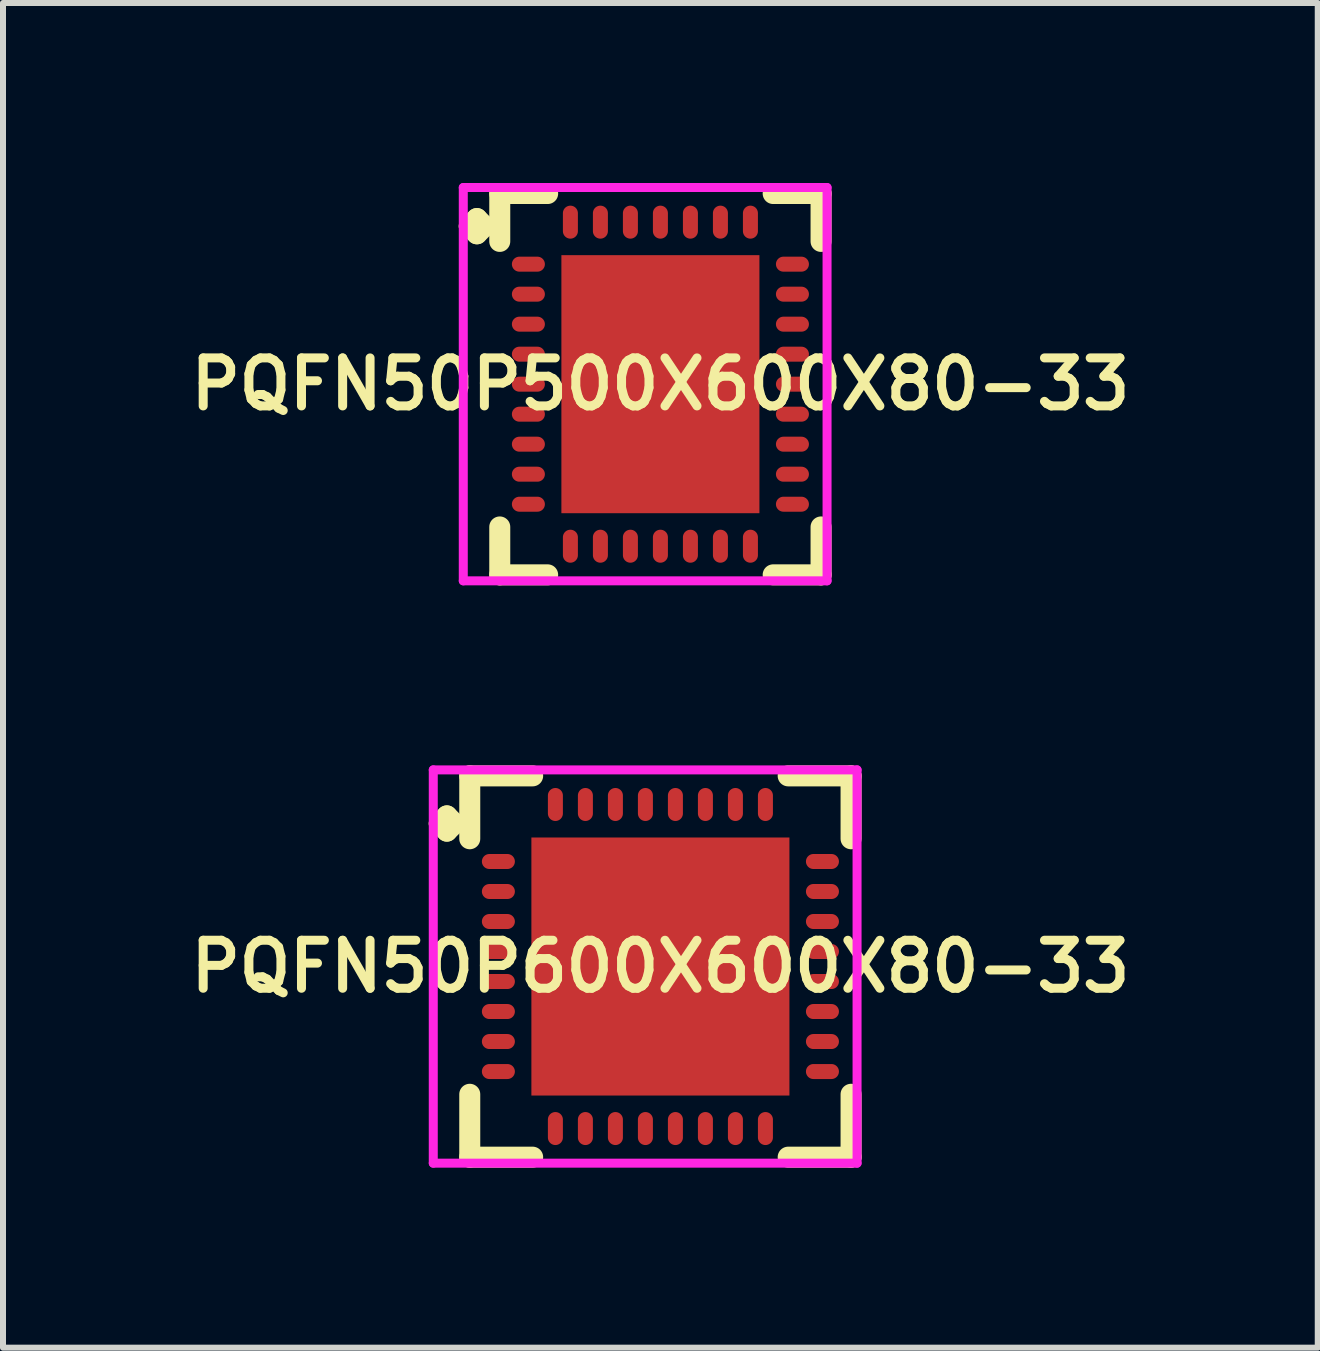
<source format=kicad_pcb>
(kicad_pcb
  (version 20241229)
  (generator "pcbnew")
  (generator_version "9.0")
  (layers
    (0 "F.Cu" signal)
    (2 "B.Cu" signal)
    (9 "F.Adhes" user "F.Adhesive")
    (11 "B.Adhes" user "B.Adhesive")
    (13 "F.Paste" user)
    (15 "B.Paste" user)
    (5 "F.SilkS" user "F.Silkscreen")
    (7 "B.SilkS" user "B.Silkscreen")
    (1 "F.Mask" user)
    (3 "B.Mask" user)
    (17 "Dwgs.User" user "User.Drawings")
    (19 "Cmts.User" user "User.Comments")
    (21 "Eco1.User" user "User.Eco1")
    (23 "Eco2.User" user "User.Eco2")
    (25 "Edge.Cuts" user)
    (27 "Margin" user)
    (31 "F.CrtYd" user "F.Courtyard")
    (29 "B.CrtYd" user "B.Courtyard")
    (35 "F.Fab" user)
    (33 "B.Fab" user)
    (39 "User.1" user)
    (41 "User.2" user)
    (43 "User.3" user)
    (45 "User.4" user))
  (footprint "PQFN50P600X600X80-33"
    (layer "F.Cu")
    (at 7.955 13.056)
    (property "Reference" "PQFN50P600X600X80-33" (at 0 0 0) (layer "F.SilkS") (effects (font (size 0.8 0.8) (thickness 0.15))))
    (attr smd)
    (fp_line (start -3.685 -2.383) (end -3.558 -2.51) (stroke (width 0.35) (type solid)) (layer "F.SilkS"))
    (fp_line (start -3.558 -2.51) (end -3.431 -2.383) (stroke (width 0.35) (type solid)) (layer "F.SilkS"))
    (fp_line (start -3.558 -2.256) (end -3.685 -2.383) (stroke (width 0.35) (type solid)) (layer "F.SilkS"))
    (fp_line (start -3.431 -2.383) (end -3.558 -2.256) (stroke (width 0.35) (type solid)) (layer "F.SilkS"))
    (fp_line (start -3.177 -3.177) (end -2.129 -3.177) (stroke (width 0.35) (type solid)) (layer "F.SilkS"))
    (fp_line (start -3.177 -2.129) (end -3.177 -3.177) (stroke (width 0.35) (type solid)) (layer "F.SilkS"))
    (fp_line (start -3.177 2.129) (end -3.177 3.177) (stroke (width 0.35) (type solid)) (layer "F.SilkS"))
    (fp_line (start -3.177 3.177) (end -2.129 3.177) (stroke (width 0.35) (type solid)) (layer "F.SilkS"))
    (fp_line (start 2.129 -3.177) (end 3.177 -3.177) (stroke (width 0.35) (type solid)) (layer "F.SilkS"))
    (fp_line (start 2.129 3.177) (end 3.177 3.177) (stroke (width 0.35) (type solid)) (layer "F.SilkS"))
    (fp_line (start 3.177 -3.177) (end 3.177 -2.129) (stroke (width 0.35) (type solid)) (layer "F.SilkS"))
    (fp_line (start 3.177 3.177) (end 3.177 2.129) (stroke (width 0.35) (type solid)) (layer "F.SilkS"))
    (fp_line (start -3.785 -3.277) (end 3.277 -3.277) (stroke (width 0.15) (type solid)) (layer "F.CrtYd"))
    (fp_line (start -3.785 3.277) (end -3.785 -3.277) (stroke (width 0.15) (type solid)) (layer "F.CrtYd"))
    (fp_line (start 3.277 -3.277) (end 3.277 3.277) (stroke (width 0.15) (type solid)) (layer "F.CrtYd"))
    (fp_line (start 3.277 3.277) (end -3.785 3.277) (stroke (width 0.15) (type solid)) (layer "F.CrtYd"))
    (pad "1" smd oval (at -2.7 -1.75) (size 0.55 0.25) (layers "F.Cu" "F.Mask" "F.Paste"))
    (pad "2" smd oval (at -2.7 -1.25) (size 0.55 0.25) (layers "F.Cu" "F.Mask" "F.Paste"))
    (pad "3" smd oval (at -2.7 -0.75) (size 0.55 0.25) (layers "F.Cu" "F.Mask" "F.Paste"))
    (pad "4" smd oval (at -2.7 -0.25) (size 0.55 0.25) (layers "F.Cu" "F.Mask" "F.Paste"))
    (pad "5" smd oval (at -2.7 0.25) (size 0.55 0.25) (layers "F.Cu" "F.Mask" "F.Paste"))
    (pad "6" smd oval (at -2.7 0.75) (size 0.55 0.25) (layers "F.Cu" "F.Mask" "F.Paste"))
    (pad "7" smd oval (at -2.7 1.25) (size 0.55 0.25) (layers "F.Cu" "F.Mask" "F.Paste"))
    (pad "8" smd oval (at -2.7 1.75) (size 0.55 0.25) (layers "F.Cu" "F.Mask" "F.Paste"))
    (pad "9" smd oval (at -1.75 2.7) (size 0.25 0.55) (layers "F.Cu" "F.Mask" "F.Paste"))
    (pad "10" smd oval (at -1.25 2.7) (size 0.25 0.55) (layers "F.Cu" "F.Mask" "F.Paste"))
    (pad "11" smd oval (at -0.75 2.7) (size 0.25 0.55) (layers "F.Cu" "F.Mask" "F.Paste"))
    (pad "12" smd oval (at -0.25 2.7) (size 0.25 0.55) (layers "F.Cu" "F.Mask" "F.Paste"))
    (pad "13" smd oval (at 0.25 2.7) (size 0.25 0.55) (layers "F.Cu" "F.Mask" "F.Paste"))
    (pad "14" smd oval (at 0.75 2.7) (size 0.25 0.55) (layers "F.Cu" "F.Mask" "F.Paste"))
    (pad "15" smd oval (at 1.25 2.7) (size 0.25 0.55) (layers "F.Cu" "F.Mask" "F.Paste"))
    (pad "16" smd oval (at 1.75 2.7) (size 0.25 0.55) (layers "F.Cu" "F.Mask" "F.Paste"))
    (pad "17" smd oval (at 2.7 1.75) (size 0.55 0.25) (layers "F.Cu" "F.Mask" "F.Paste"))
    (pad "18" smd oval (at 2.7 1.25) (size 0.55 0.25) (layers "F.Cu" "F.Mask" "F.Paste"))
    (pad "19" smd oval (at 2.7 0.75) (size 0.55 0.25) (layers "F.Cu" "F.Mask" "F.Paste"))
    (pad "20" smd oval (at 2.7 0.25) (size 0.55 0.25) (layers "F.Cu" "F.Mask" "F.Paste"))
    (pad "21" smd oval (at 2.7 -0.25) (size 0.55 0.25) (layers "F.Cu" "F.Mask" "F.Paste"))
    (pad "22" smd oval (at 2.7 -0.75) (size 0.55 0.25) (layers "F.Cu" "F.Mask" "F.Paste"))
    (pad "23" smd oval (at 2.7 -1.25) (size 0.55 0.25) (layers "F.Cu" "F.Mask" "F.Paste"))
    (pad "24" smd oval (at 2.7 -1.75) (size 0.55 0.25) (layers "F.Cu" "F.Mask" "F.Paste"))
    (pad "25" smd oval (at 1.75 -2.7) (size 0.25 0.55) (layers "F.Cu" "F.Mask" "F.Paste"))
    (pad "26" smd oval (at 1.25 -2.7) (size 0.25 0.55) (layers "F.Cu" "F.Mask" "F.Paste"))
    (pad "27" smd oval (at 0.75 -2.7) (size 0.25 0.55) (layers "F.Cu" "F.Mask" "F.Paste"))
    (pad "28" smd oval (at 0.25 -2.7) (size 0.25 0.55) (layers "F.Cu" "F.Mask" "F.Paste"))
    (pad "29" smd oval (at -0.25 -2.7) (size 0.25 0.55) (layers "F.Cu" "F.Mask" "F.Paste"))
    (pad "30" smd oval (at -0.75 -2.7) (size 0.25 0.55) (layers "F.Cu" "F.Mask" "F.Paste"))
    (pad "31" smd oval (at -1.25 -2.7) (size 0.25 0.55) (layers "F.Cu" "F.Mask" "F.Paste"))
    (pad "32" smd oval (at -1.75 -2.7) (size 0.25 0.55) (layers "F.Cu" "F.Mask" "F.Paste"))
    (pad "33" smd rect (at 0 0) (size 4.3 4.3) (layers "F.Cu" "F.Mask" "F.Paste")))
  (footprint "PQFN50P500X600X80-33"
    (layer "F.Cu")
    (at 7.955 3.352)
    (property "Reference" "PQFN50P500X600X80-33" (at 0 0 0) (layer "F.SilkS") (effects (font (size 0.8 0.8) (thickness 0.15))))
    (attr smd)
    (fp_line (start -3.185 -2.633) (end -3.058 -2.76) (stroke (width 0.35) (type solid)) (layer "F.SilkS"))
    (fp_line (start -3.058 -2.76) (end -2.931 -2.633) (stroke (width 0.35) (type solid)) (layer "F.SilkS"))
    (fp_line (start -3.058 -2.506) (end -3.185 -2.633) (stroke (width 0.35) (type solid)) (layer "F.SilkS"))
    (fp_line (start -2.931 -2.633) (end -3.058 -2.506) (stroke (width 0.35) (type solid)) (layer "F.SilkS"))
    (fp_line (start -2.677 -3.177) (end -1.879 -3.177) (stroke (width 0.35) (type solid)) (layer "F.SilkS"))
    (fp_line (start -2.677 -2.379) (end -2.677 -3.177) (stroke (width 0.35) (type solid)) (layer "F.SilkS"))
    (fp_line (start -2.677 2.379) (end -2.677 3.177) (stroke (width 0.35) (type solid)) (layer "F.SilkS"))
    (fp_line (start -2.677 3.177) (end -1.879 3.177) (stroke (width 0.35) (type solid)) (layer "F.SilkS"))
    (fp_line (start 1.879 -3.177) (end 2.677 -3.177) (stroke (width 0.35) (type solid)) (layer "F.SilkS"))
    (fp_line (start 1.879 3.177) (end 2.677 3.177) (stroke (width 0.35) (type solid)) (layer "F.SilkS"))
    (fp_line (start 2.677 -3.177) (end 2.677 -2.379) (stroke (width 0.35) (type solid)) (layer "F.SilkS"))
    (fp_line (start 2.677 3.177) (end 2.677 2.379) (stroke (width 0.35) (type solid)) (layer "F.SilkS"))
    (fp_line (start -3.285 -3.277) (end 2.777 -3.277) (stroke (width 0.15) (type solid)) (layer "F.CrtYd"))
    (fp_line (start -3.285 3.277) (end -3.285 -3.277) (stroke (width 0.15) (type solid)) (layer "F.CrtYd"))
    (fp_line (start 2.777 -3.277) (end 2.777 3.277) (stroke (width 0.15) (type solid)) (layer "F.CrtYd"))
    (fp_line (start 2.777 3.277) (end -3.285 3.277) (stroke (width 0.15) (type solid)) (layer "F.CrtYd"))
    (pad "1" smd oval (at -2.2 -2) (size 0.55 0.25) (layers "F.Cu" "F.Mask" "F.Paste"))
    (pad "2" smd oval (at -2.2 -1.5) (size 0.55 0.25) (layers "F.Cu" "F.Mask" "F.Paste"))
    (pad "3" smd oval (at -2.2 -1) (size 0.55 0.25) (layers "F.Cu" "F.Mask" "F.Paste"))
    (pad "4" smd oval (at -2.2 -0.5) (size 0.55 0.25) (layers "F.Cu" "F.Mask" "F.Paste"))
    (pad "5" smd oval (at -2.2 0) (size 0.55 0.25) (layers "F.Cu" "F.Mask" "F.Paste"))
    (pad "6" smd oval (at -2.2 0.5) (size 0.55 0.25) (layers "F.Cu" "F.Mask" "F.Paste"))
    (pad "7" smd oval (at -2.2 1) (size 0.55 0.25) (layers "F.Cu" "F.Mask" "F.Paste"))
    (pad "8" smd oval (at -2.2 1.5) (size 0.55 0.25) (layers "F.Cu" "F.Mask" "F.Paste"))
    (pad "9" smd oval (at -2.2 2) (size 0.55 0.25) (layers "F.Cu" "F.Mask" "F.Paste"))
    (pad "10" smd oval (at -1.5 2.7) (size 0.25 0.55) (layers "F.Cu" "F.Mask" "F.Paste"))
    (pad "11" smd oval (at -1 2.7) (size 0.25 0.55) (layers "F.Cu" "F.Mask" "F.Paste"))
    (pad "12" smd oval (at -0.5 2.7) (size 0.25 0.55) (layers "F.Cu" "F.Mask" "F.Paste"))
    (pad "13" smd oval (at 0 2.7) (size 0.25 0.55) (layers "F.Cu" "F.Mask" "F.Paste"))
    (pad "14" smd oval (at 0.5 2.7) (size 0.25 0.55) (layers "F.Cu" "F.Mask" "F.Paste"))
    (pad "15" smd oval (at 1 2.7) (size 0.25 0.55) (layers "F.Cu" "F.Mask" "F.Paste"))
    (pad "16" smd oval (at 1.5 2.7) (size 0.25 0.55) (layers "F.Cu" "F.Mask" "F.Paste"))
    (pad "17" smd oval (at 2.2 2) (size 0.55 0.25) (layers "F.Cu" "F.Mask" "F.Paste"))
    (pad "18" smd oval (at 2.2 1.5) (size 0.55 0.25) (layers "F.Cu" "F.Mask" "F.Paste"))
    (pad "19" smd oval (at 2.2 1) (size 0.55 0.25) (layers "F.Cu" "F.Mask" "F.Paste"))
    (pad "20" smd oval (at 2.2 0.5) (size 0.55 0.25) (layers "F.Cu" "F.Mask" "F.Paste"))
    (pad "21" smd oval (at 2.2 0) (size 0.55 0.25) (layers "F.Cu" "F.Mask" "F.Paste"))
    (pad "22" smd oval (at 2.2 -0.5) (size 0.55 0.25) (layers "F.Cu" "F.Mask" "F.Paste"))
    (pad "23" smd oval (at 2.2 -1) (size 0.55 0.25) (layers "F.Cu" "F.Mask" "F.Paste"))
    (pad "24" smd oval (at 2.2 -1.5) (size 0.55 0.25) (layers "F.Cu" "F.Mask" "F.Paste"))
    (pad "25" smd oval (at 2.2 -2) (size 0.55 0.25) (layers "F.Cu" "F.Mask" "F.Paste"))
    (pad "26" smd oval (at 1.5 -2.7) (size 0.25 0.55) (layers "F.Cu" "F.Mask" "F.Paste"))
    (pad "27" smd oval (at 1 -2.7) (size 0.25 0.55) (layers "F.Cu" "F.Mask" "F.Paste"))
    (pad "28" smd oval (at 0.5 -2.7) (size 0.25 0.55) (layers "F.Cu" "F.Mask" "F.Paste"))
    (pad "29" smd oval (at 0 -2.7) (size 0.25 0.55) (layers "F.Cu" "F.Mask" "F.Paste"))
    (pad "30" smd oval (at -0.5 -2.7) (size 0.25 0.55) (layers "F.Cu" "F.Mask" "F.Paste"))
    (pad "31" smd oval (at -1 -2.7) (size 0.25 0.55) (layers "F.Cu" "F.Mask" "F.Paste"))
    (pad "32" smd oval (at -1.5 -2.7) (size 0.25 0.55) (layers "F.Cu" "F.Mask" "F.Paste"))
    (pad "33" smd rect (at 0 0) (size 3.3 4.3) (layers "F.Cu" "F.Mask" "F.Paste")))
  (gr_rect
    (start -3 -3)
    (end 18.909 19.408)
    (stroke (width 0.1) (type default))
    (fill no)
    (layer "Edge.Cuts")))
</source>
